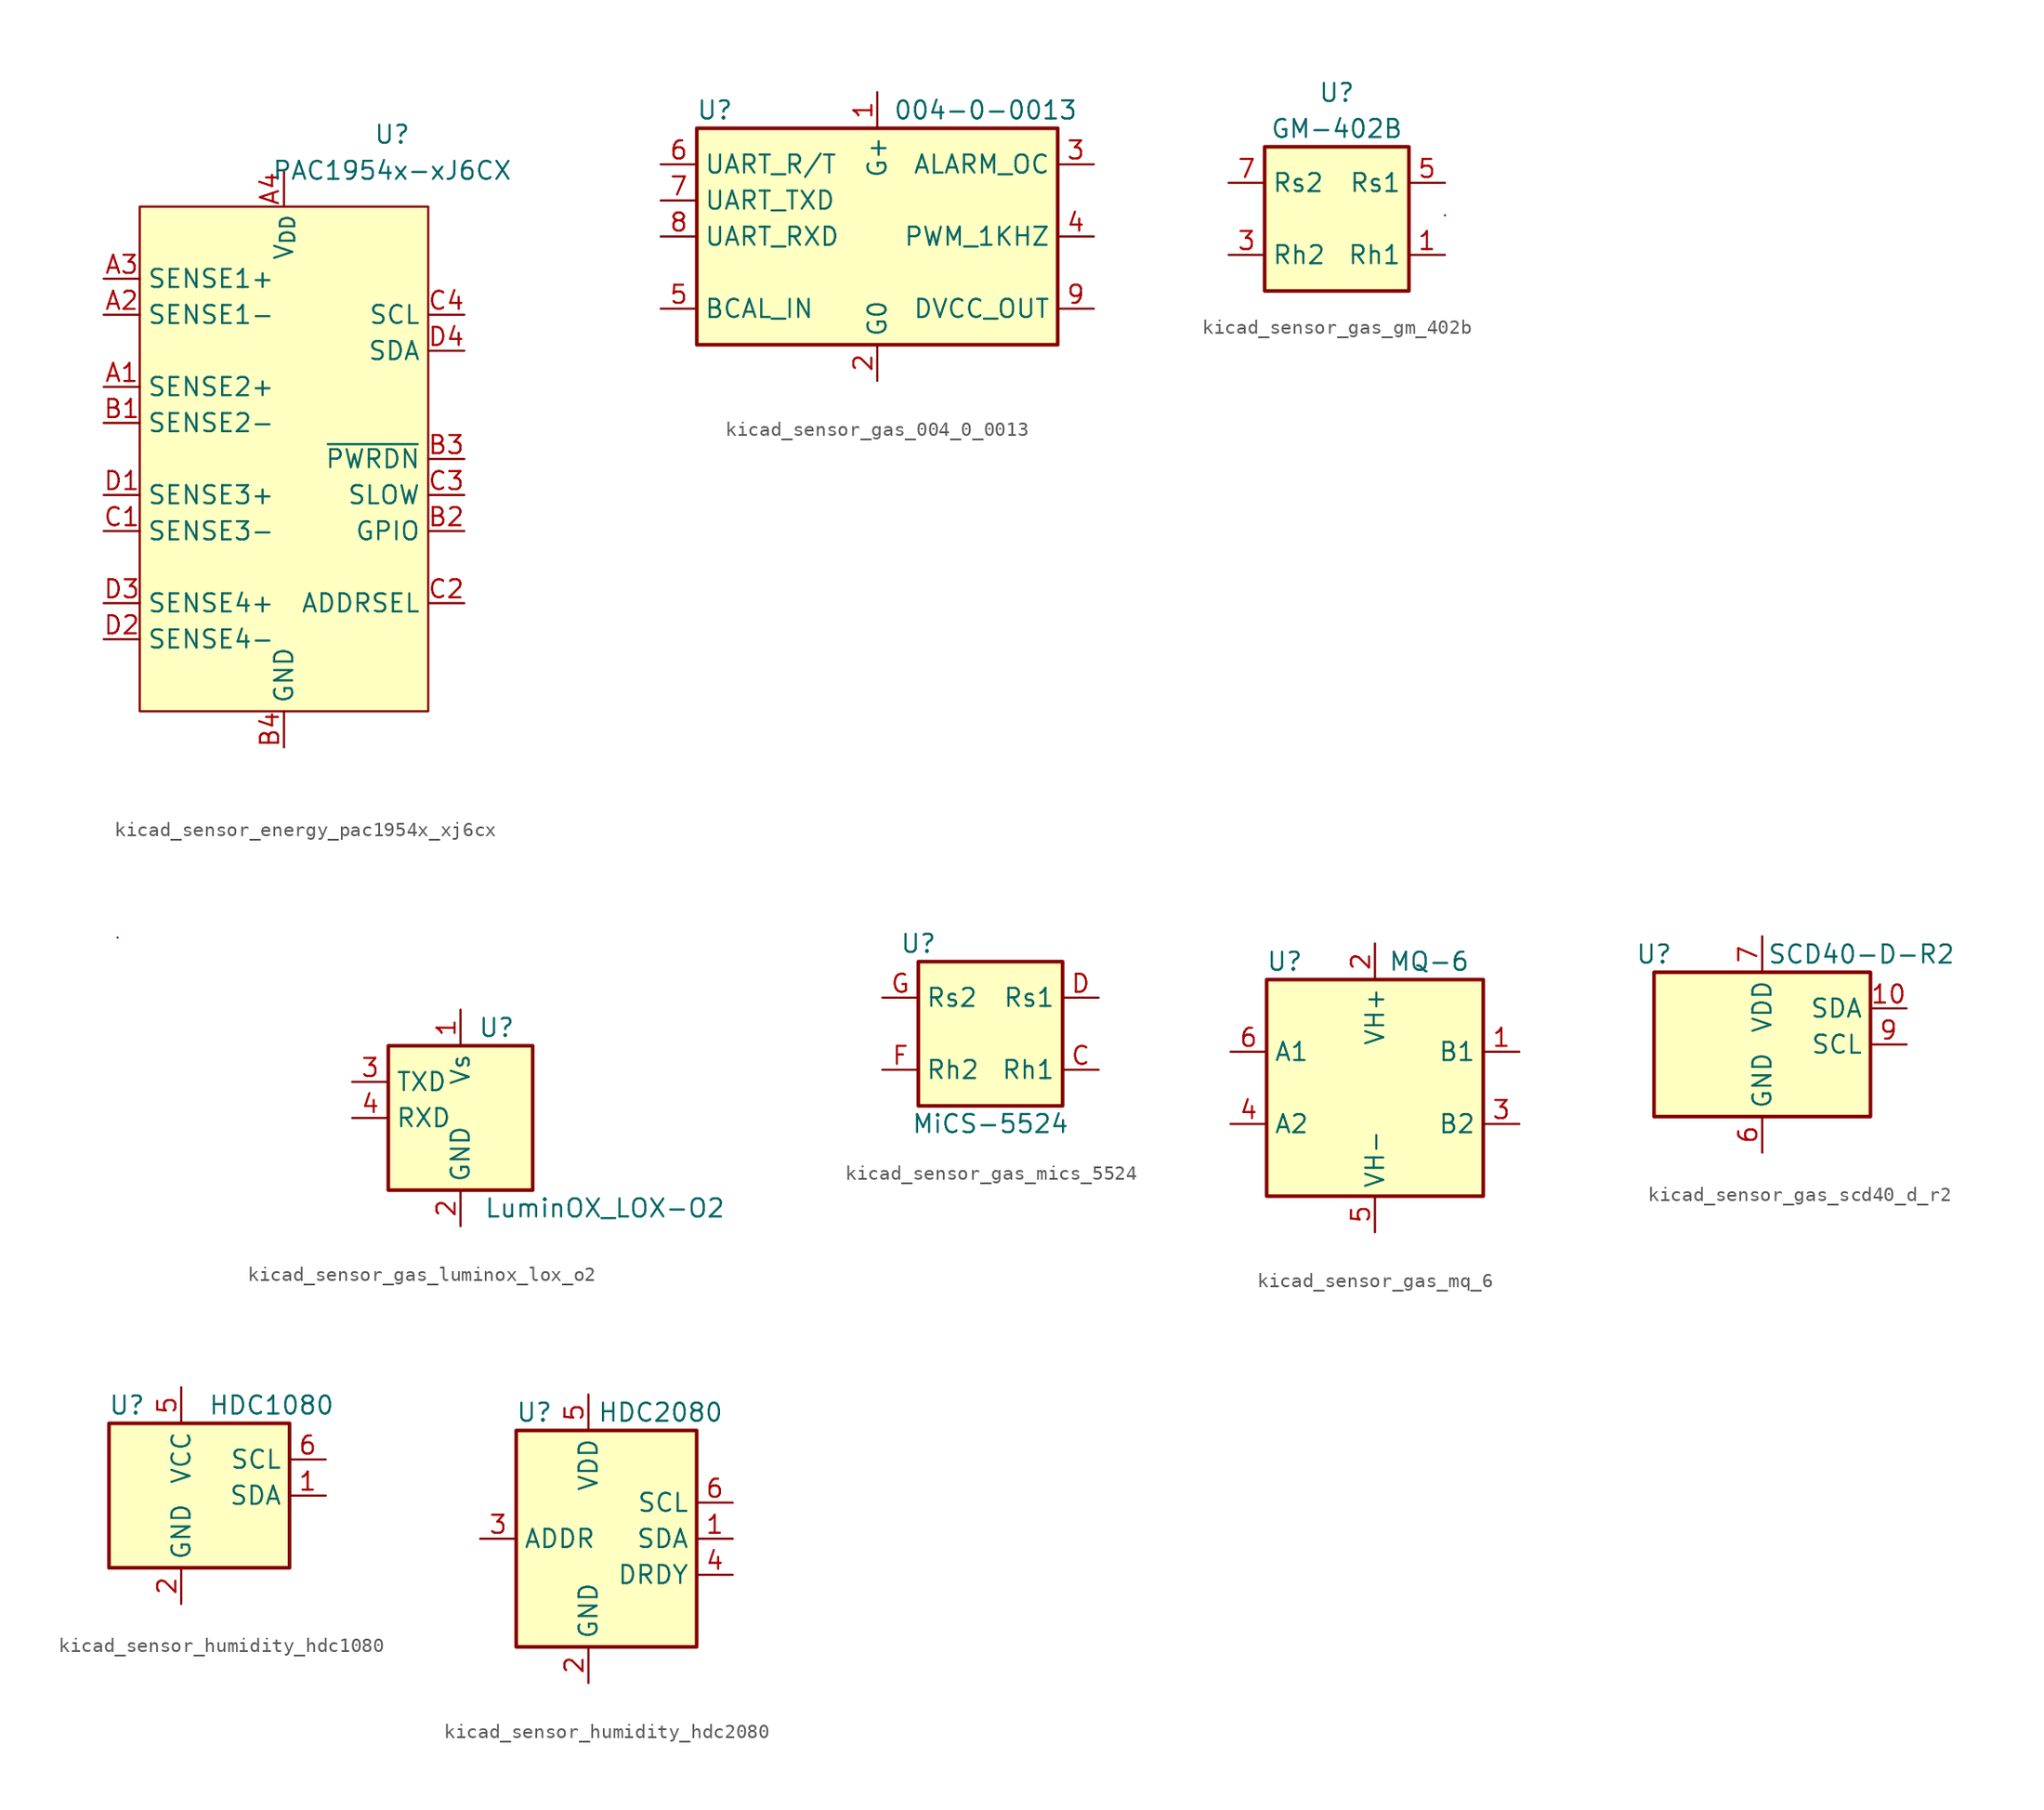
<source format=kicad_sym>
(kicad_symbol_lib
  (version 20220914)
  (generator kicad_symbol_editor)
  (symbol "kicad_sensor_energy_pac1954x_xj6cx"
    (property "Reference" "U"
      (at 7.62 22.86 0)
      (effects (font (size 1.27 1.27))))
    (property "Value" "PAC1954x-xJ6CX"
      (at 7.62 20.32 0)
      (effects (font (size 1.27 1.27))))
    (symbol "kicad_sensor_energy_pac1954x_xj6cx_0_0"
      (pin input line (at -12.7 5.08 0) (length 2.54) (name "SENSE2+" (effects (font (size 1.27 1.27)))) (number "A1" (effects (font (size 1.27 1.27)))))
      (pin input line (at -12.7 10.16 0) (length 2.54) (name "SENSE1-" (effects (font (size 1.27 1.27)))) (number "A2" (effects (font (size 1.27 1.27)))))
      (pin input line (at -12.7 12.7 0) (length 2.54) (name "SENSE1+" (effects (font (size 1.27 1.27)))) (number "A3" (effects (font (size 1.27 1.27)))))
      (pin power_in line (at 0 20.32 270) (length 2.54) (name "V_{DD}" (effects (font (size 1.27 1.27)))) (number "A4" (effects (font (size 1.27 1.27)))))
      (pin input line (at -12.7 2.54 0) (length 2.54) (name "SENSE2-" (effects (font (size 1.27 1.27)))) (number "B1" (effects (font (size 1.27 1.27)))))
      (pin bidirectional line (at 12.7 -5.08 180) (length 2.54) (name "GPIO" (effects (font (size 1.27 1.27)))) (number "B2" (effects (font (size 1.27 1.27)))) (alternate "~{ALERT2}" open_collector line))
      (pin input line (at 12.7 0 180) (length 2.54) (name "~{PWRDN}" (effects (font (size 1.27 1.27)))) (number "B3" (effects (font (size 1.27 1.27)))))
      (pin power_in line (at 0 -20.32 90) (length 2.54) (name "GND" (effects (font (size 1.27 1.27)))) (number "B4" (effects (font (size 1.27 1.27)))))
      (pin input line (at -12.7 -5.08 0) (length 2.54) (name "SENSE3-" (effects (font (size 1.27 1.27)))) (number "C1" (effects (font (size 1.27 1.27)))))
      (pin passive line (at 12.7 -10.16 180) (length 2.54) (name "ADDRSEL" (effects (font (size 1.27 1.27)))) (number "C2" (effects (font (size 1.27 1.27)))))
      (pin input line (at 12.7 -2.54 180) (length 2.54) (name "SLOW" (effects (font (size 1.27 1.27)))) (number "C3" (effects (font (size 1.27 1.27)))) (alternate "GPIO" bidirectional line) (alternate "~{ALERT1}" open_collector line))
      (pin input line (at 12.7 10.16 180) (length 2.54) (name "SCL" (effects (font (size 1.27 1.27)))) (number "C4" (effects (font (size 1.27 1.27)))) (alternate "SM_CLK" input line))
      (pin input line (at -12.7 -2.54 0) (length 2.54) (name "SENSE3+" (effects (font (size 1.27 1.27)))) (number "D1" (effects (font (size 1.27 1.27)))))
      (pin input line (at -12.7 -12.7 0) (length 2.54) (name "SENSE4-" (effects (font (size 1.27 1.27)))) (number "D2" (effects (font (size 1.27 1.27)))))
      (pin input line (at -12.7 -10.16 0) (length 2.54) (name "SENSE4+" (effects (font (size 1.27 1.27)))) (number "D3" (effects (font (size 1.27 1.27)))))
      (pin bidirectional line (at 12.7 7.62 180) (length 2.54) (name "SDA" (effects (font (size 1.27 1.27)))) (number "D4" (effects (font (size 1.27 1.27)))) (alternate "SM_DATA" bidirectional line)))
    (symbol "kicad_sensor_energy_pac1954x_xj6cx_0_1"
      (rectangle (start -10.16 17.78) (end 10.16 -17.78) (stroke (width 0) (type default)) (fill (type background)))))
  (symbol "kicad_sensor_gas_004_0_0013"
    (property "Reference" "U"
      (at -11.43 8.89 0)
      (effects (font (size 1.27 1.27))))
    (property "Value" "004-0-0013"
      (at 7.62 8.89 0)
      (effects (font (size 1.27 1.27))))
    (symbol "kicad_sensor_gas_004_0_0013_0_1"
      (rectangle (start -12.7 7.62) (end 12.7 -7.62) (stroke (width 0.254) (type default)) (fill (type background))))
    (symbol "kicad_sensor_gas_004_0_0013_1_1"
      (pin power_in line (at 0 10.16 270) (length 2.54) (name "G+" (effects (font (size 1.27 1.27)))) (number "1" (effects (font (size 1.27 1.27)))))
      (pin power_in line (at 0 -10.16 90) (length 2.54) (name "G0" (effects (font (size 1.27 1.27)))) (number "2" (effects (font (size 1.27 1.27)))))
      (pin open_collector line (at 15.24 5.08 180) (length 2.54) (name "ALARM_OC" (effects (font (size 1.27 1.27)))) (number "3" (effects (font (size 1.27 1.27)))))
      (pin output line (at 15.24 0 180) (length 2.54) (name "PWM_1KHZ" (effects (font (size 1.27 1.27)))) (number "4" (effects (font (size 1.27 1.27)))))
      (pin input line (at -15.24 -5.08 0) (length 2.54) (name "BCAL_IN" (effects (font (size 1.27 1.27)))) (number "5" (effects (font (size 1.27 1.27)))))
      (pin output line (at -15.24 5.08 0) (length 2.54) (name "UART_R/T" (effects (font (size 1.27 1.27)))) (number "6" (effects (font (size 1.27 1.27)))))
      (pin output line (at -15.24 2.54 0) (length 2.54) (name "UART_TXD" (effects (font (size 1.27 1.27)))) (number "7" (effects (font (size 1.27 1.27)))))
      (pin input line (at -15.24 0 0) (length 2.54) (name "UART_RXD" (effects (font (size 1.27 1.27)))) (number "8" (effects (font (size 1.27 1.27)))))
      (pin power_out line (at 15.24 -5.08 180) (length 2.54) (name "DVCC_OUT" (effects (font (size 1.27 1.27)))) (number "9" (effects (font (size 1.27 1.27)))))))
  (symbol "kicad_sensor_gas_gm_402b"
    (property "Reference" "U"
      (at 0 8.89 0)
      (effects (font (size 1.27 1.27))))
    (property "Value" "GM-402B"
      (at 0 6.35 0)
      (effects (font (size 1.27 1.27))))
    (symbol "kicad_sensor_gas_gm_402b_0_1"
      (rectangle (start -5.08 5.08) (end 5.08 -5.08) (stroke (width 0.254) (type default)) (fill (type background)))
      (rectangle (start 7.62 0.254) (end 7.62 0.254) (stroke (width 0) (type default)) (fill (type none))))
    (symbol "kicad_sensor_gas_gm_402b_1_1"
      (pin passive line (at 7.62 -2.54 180) (length 2.54) (name "Rh1" (effects (font (size 1.27 1.27)))) (number "1" (effects (font (size 1.27 1.27)))))
      (pin no_connect line (at -5.08 0 0) (length 2.54) hide (name "NC" (effects (font (size 1.27 1.27)))) (number "2" (effects (font (size 1.27 1.27)))))
      (pin passive line (at -7.62 -2.54 0) (length 2.54) (name "Rh2" (effects (font (size 1.27 1.27)))) (number "3" (effects (font (size 1.27 1.27)))))
      (pin no_connect line (at 0 -5.08 90) (length 2.54) hide (name "NC" (effects (font (size 1.27 1.27)))) (number "4" (effects (font (size 1.27 1.27)))))
      (pin passive line (at 7.62 2.54 180) (length 2.54) (name "Rs1" (effects (font (size 1.27 1.27)))) (number "5" (effects (font (size 1.27 1.27)))))
      (pin no_connect line (at 5.08 0 180) (length 2.54) hide (name "NC" (effects (font (size 1.27 1.27)))) (number "6" (effects (font (size 1.27 1.27)))))
      (pin passive line (at -7.62 2.54 0) (length 2.54) (name "Rs2" (effects (font (size 1.27 1.27)))) (number "7" (effects (font (size 1.27 1.27)))))
      (pin no_connect line (at 0 5.08 270) (length 2.54) hide (name "NC" (effects (font (size 1.27 1.27)))) (number "8" (effects (font (size 1.27 1.27)))))))
  (symbol "kicad_sensor_gas_luminox_lox_o2"
    (property "Reference" "U"
      (at 2.54 6.35 0)
      (effects (font (size 1.27 1.27))))
    (property "Value" "LuminOX_LOX-O2"
      (at 10.16 -6.35 0)
      (effects (font (size 1.27 1.27))))
    (symbol "kicad_sensor_gas_luminox_lox_o2_0_1"
      (rectangle (start -24.13 12.7) (end -24.13 12.7) (stroke (width 0) (type default)) (fill (type none)))
      (rectangle (start -5.08 5.08) (end 5.08 -5.08) (stroke (width 0.254) (type default)) (fill (type background))))
    (symbol "kicad_sensor_gas_luminox_lox_o2_1_1"
      (pin power_in line (at 0 7.62 270) (length 2.54) (name "Vs" (effects (font (size 1.27 1.27)))) (number "1" (effects (font (size 1.27 1.27)))))
      (pin power_in line (at 0 -7.62 90) (length 2.54) (name "GND" (effects (font (size 1.27 1.27)))) (number "2" (effects (font (size 1.27 1.27)))))
      (pin output line (at -7.62 2.54 0) (length 2.54) (name "TXD" (effects (font (size 1.27 1.27)))) (number "3" (effects (font (size 1.27 1.27)))))
      (pin input line (at -7.62 0 0) (length 2.54) (name "RXD" (effects (font (size 1.27 1.27)))) (number "4" (effects (font (size 1.27 1.27)))))))
  (symbol "kicad_sensor_gas_mics_5524"
    (property "Reference" "U"
      (at -5.08 6.35 0)
      (effects (font (size 1.27 1.27))))
    (property "Value" "MiCS-5524"
      (at 0 -6.35 0)
      (effects (font (size 1.27 1.27))))
    (symbol "kicad_sensor_gas_mics_5524_0_1"
      (rectangle (start -5.08 5.08) (end 5.08 -5.08) (stroke (width 0.254) (type default)) (fill (type background))))
    (symbol "kicad_sensor_gas_mics_5524_1_1"
      (pin no_connect line (at 0 5.08 270) (length 2.54) hide (name "NC" (effects (font (size 1.27 1.27)))) (number "A" (effects (font (size 1.27 1.27)))))
      (pin no_connect line (at 0 -5.08 90) (length 2.54) hide (name "NC" (effects (font (size 1.27 1.27)))) (number "B" (effects (font (size 1.27 1.27)))))
      (pin output line (at 7.62 -2.54 180) (length 2.54) (name "Rh1" (effects (font (size 1.27 1.27)))) (number "C" (effects (font (size 1.27 1.27)))))
      (pin output line (at 7.62 2.54 180) (length 2.54) (name "Rs1" (effects (font (size 1.27 1.27)))) (number "D" (effects (font (size 1.27 1.27)))))
      (pin no_connect line (at -2.54 -5.08 90) (length 2.54) hide (name "NC" (effects (font (size 1.27 1.27)))) (number "E" (effects (font (size 1.27 1.27)))))
      (pin input line (at -7.62 -2.54 0) (length 2.54) (name "Rh2" (effects (font (size 1.27 1.27)))) (number "F" (effects (font (size 1.27 1.27)))))
      (pin input line (at -7.62 2.54 0) (length 2.54) (name "Rs2" (effects (font (size 1.27 1.27)))) (number "G" (effects (font (size 1.27 1.27)))))
      (pin no_connect line (at 2.54 -5.08 90) (length 2.54) hide (name "NC" (effects (font (size 1.27 1.27)))) (number "H" (effects (font (size 1.27 1.27)))))
      (pin no_connect line (at -2.54 5.08 270) (length 2.54) hide (name "NC" (effects (font (size 1.27 1.27)))) (number "J" (effects (font (size 1.27 1.27)))))
      (pin no_connect line (at 2.54 5.08 270) (length 2.54) hide (name "NC" (effects (font (size 1.27 1.27)))) (number "K" (effects (font (size 1.27 1.27)))))))
  (symbol "kicad_sensor_gas_mq_6"
    (property "Reference" "U"
      (at -6.35 8.89 0)
      (effects (font (size 1.27 1.27))))
    (property "Value" "MQ-6"
      (at 3.81 8.89 0)
      (effects (font (size 1.27 1.27))))
    (symbol "kicad_sensor_gas_mq_6_0_1"
      (rectangle (start -7.62 7.62) (end 7.62 -7.62) (stroke (width 0.254) (type default)) (fill (type background))))
    (symbol "kicad_sensor_gas_mq_6_1_1"
      (pin passive line (at 10.16 2.54 180) (length 2.54) (name "B1" (effects (font (size 1.27 1.27)))) (number "1" (effects (font (size 1.27 1.27)))))
      (pin power_in line (at 0 10.16 270) (length 2.54) (name "VH+" (effects (font (size 1.27 1.27)))) (number "2" (effects (font (size 1.27 1.27)))))
      (pin passive line (at 10.16 -2.54 180) (length 2.54) (name "B2" (effects (font (size 1.27 1.27)))) (number "3" (effects (font (size 1.27 1.27)))))
      (pin passive line (at -10.16 -2.54 0) (length 2.54) (name "A2" (effects (font (size 1.27 1.27)))) (number "4" (effects (font (size 1.27 1.27)))))
      (pin power_in line (at 0 -10.16 90) (length 2.54) (name "VH-" (effects (font (size 1.27 1.27)))) (number "5" (effects (font (size 1.27 1.27)))))
      (pin passive line (at -10.16 2.54 0) (length 2.54) (name "A1" (effects (font (size 1.27 1.27)))) (number "6" (effects (font (size 1.27 1.27)))))))
  (symbol "kicad_sensor_gas_scd40_d_r2"
    (property "Reference" "U"
      (at -7.62 6.35 0)
      (effects (font (size 1.27 1.27))))
    (property "Value" "SCD40-D-R2"
      (at 6.985 6.35 0)
      (effects (font (size 1.27 1.27))))
    (symbol "kicad_sensor_gas_scd40_d_r2_0_1"
      (rectangle (start 7.62 5.08) (end -7.62 -5.08) (stroke (width 0.254) (type default)) (fill (type background))))
    (symbol "kicad_sensor_gas_scd40_d_r2_1_1"
      (pin bidirectional line (at 10.16 2.54 180) (length 2.54) (name "SDA" (effects (font (size 1.27 1.27)))) (number "10" (effects (font (size 1.27 1.27)))))
      (pin passive line (at 0 7.62 270) (length 2.54) hide (name "VDD" (effects (font (size 1.27 1.27)))) (number "19" (effects (font (size 1.27 1.27)))))
      (pin passive line (at 0 -7.62 90) (length 2.54) hide (name "GND" (effects (font (size 1.27 1.27)))) (number "20" (effects (font (size 1.27 1.27)))))
      (pin passive line (at 0 -7.62 90) (length 2.54) hide (name "GND" (effects (font (size 1.27 1.27)))) (number "21" (effects (font (size 1.27 1.27)))))
      (pin power_in line (at 0 -7.62 90) (length 2.54) (name "GND" (effects (font (size 1.27 1.27)))) (number "6" (effects (font (size 1.27 1.27)))))
      (pin power_in line (at 0 7.62 270) (length 2.54) (name "VDD" (effects (font (size 1.27 1.27)))) (number "7" (effects (font (size 1.27 1.27)))))
      (pin input line (at 10.16 0 180) (length 2.54) (name "SCL" (effects (font (size 1.27 1.27)))) (number "9" (effects (font (size 1.27 1.27)))))))
  (symbol "kicad_sensor_humidity_hdc1080"
    (property "Reference" "U"
      (at -6.35 6.35 0)
      (effects (font (size 1.27 1.27))))
    (property "Value" "HDC1080"
      (at 3.81 6.35 0)
      (effects (font (size 1.27 1.27))))
    (symbol "kicad_sensor_humidity_hdc1080_0_1"
      (rectangle (start -7.62 5.08) (end 5.08 -5.08) (stroke (width 0.254) (type default)) (fill (type background))))
    (symbol "kicad_sensor_humidity_hdc1080_1_1"
      (pin bidirectional line (at 7.62 0 180) (length 2.54) (name "SDA" (effects (font (size 1.27 1.27)))) (number "1" (effects (font (size 1.27 1.27)))))
      (pin power_in line (at -2.54 -7.62 90) (length 2.54) (name "GND" (effects (font (size 1.27 1.27)))) (number "2" (effects (font (size 1.27 1.27)))))
      (pin no_connect line (at -7.62 0 0) (length 2.54) hide (name "NC" (effects (font (size 1.27 1.27)))) (number "3" (effects (font (size 1.27 1.27)))))
      (pin no_connect line (at -7.62 -2.54 0) (length 2.54) hide (name "NC" (effects (font (size 1.27 1.27)))) (number "4" (effects (font (size 1.27 1.27)))))
      (pin power_in line (at -2.54 7.62 270) (length 2.54) (name "VCC" (effects (font (size 1.27 1.27)))) (number "5" (effects (font (size 1.27 1.27)))))
      (pin input line (at 7.62 2.54 180) (length 2.54) (name "SCL" (effects (font (size 1.27 1.27)))) (number "6" (effects (font (size 1.27 1.27)))))
      (pin no_connect line (at -7.62 2.54 0) (length 2.54) hide (name "DAP" (effects (font (size 1.27 1.27)))) (number "7" (effects (font (size 1.27 1.27)))))))
  (symbol "kicad_sensor_humidity_hdc2080"
    (property "Reference" "U"
      (at -6.35 8.89 0)
      (effects (font (size 1.27 1.27))))
    (property "Value" "HDC2080"
      (at 2.54 8.89 0)
      (effects (font (size 1.27 1.27))))
    (symbol "kicad_sensor_humidity_hdc2080_0_1"
      (rectangle (start -7.62 7.62) (end 5.08 -7.62) (stroke (width 0.254) (type default)) (fill (type background))))
    (symbol "kicad_sensor_humidity_hdc2080_1_1"
      (pin bidirectional line (at 7.62 0 180) (length 2.54) (name "SDA" (effects (font (size 1.27 1.27)))) (number "1" (effects (font (size 1.27 1.27)))))
      (pin power_in line (at -2.54 -10.16 90) (length 2.54) (name "GND" (effects (font (size 1.27 1.27)))) (number "2" (effects (font (size 1.27 1.27)))))
      (pin input line (at -10.16 0 0) (length 2.54) (name "ADDR" (effects (font (size 1.27 1.27)))) (number "3" (effects (font (size 1.27 1.27)))))
      (pin output line (at 7.62 -2.54 180) (length 2.54) (name "DRDY" (effects (font (size 1.27 1.27)))) (number "4" (effects (font (size 1.27 1.27)))))
      (pin power_in line (at -2.54 10.16 270) (length 2.54) (name "VDD" (effects (font (size 1.27 1.27)))) (number "5" (effects (font (size 1.27 1.27)))))
      (pin input line (at 7.62 2.54 180) (length 2.54) (name "SCL" (effects (font (size 1.27 1.27)))) (number "6" (effects (font (size 1.27 1.27)))))
      (pin no_connect line (at -7.62 -2.54 0) (length 2.54) hide (name "EP" (effects (font (size 1.27 1.27)))) (number "7" (effects (font (size 1.27 1.27))))))))
</source>
